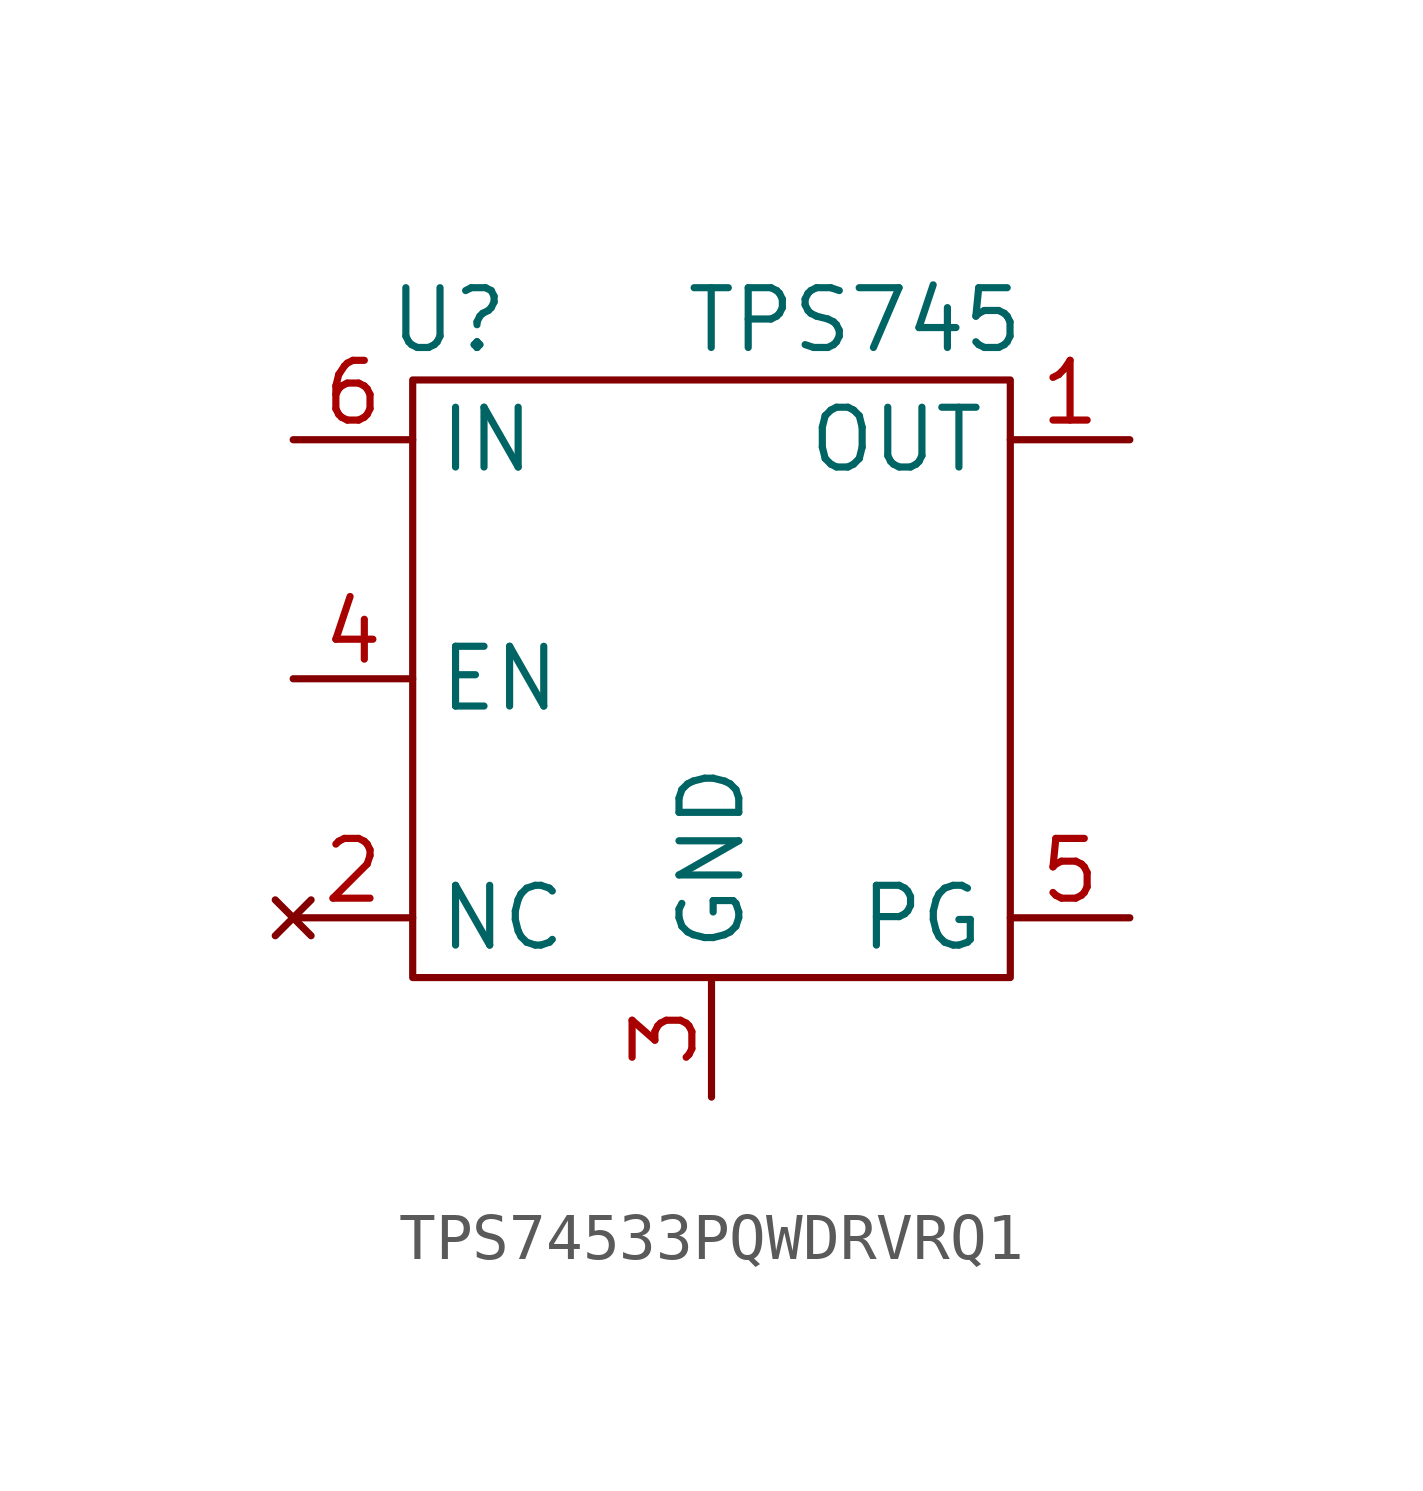
<source format=kicad_sym>
(kicad_symbol_lib
  (version 20231120)
  (generator "kicad_symbol_editor")
  (generator_version "8.0")
  (symbol "TPS74533PQWDRVRQ1"
    (property "Reference" "U"
      (at -5.588 7.62 0)
      (effects (font (size 1.27 1.27))))
    (property "Value" "TPS745"
      (at 3.048 7.62 0)
      (effects (font (size 1.27 1.27))))
    (symbol "TPS74533PQWDRVRQ1_0_0"
      (pin power_out line (at 8.89 5.08 180) (length 2.54) (name "OUT" (effects (font (size 1.27 1.27)))) (number "1" (effects (font (size 1.27 1.27)))))
      (pin no_connect line (at -8.89 -5.08 0) (length 2.54) (name "NC" (effects (font (size 1.27 1.27)))) (number "2" (effects (font (size 1.27 1.27)))))
      (pin power_in line (at 0 -8.89 90) (length 2.54) (name "GND" (effects (font (size 1.27 1.27)))) (number "3" (effects (font (size 1.27 1.27)))))
      (pin input line (at -8.89 0 0) (length 2.54) (name "EN" (effects (font (size 1.27 1.27)))) (number "4" (effects (font (size 1.27 1.27)))))
      (pin output line (at 8.89 -5.08 180) (length 2.54) (name "PG" (effects (font (size 1.27 1.27)))) (number "5" (effects (font (size 1.27 1.27)))))
      (pin power_in line (at -8.89 5.08 0) (length 2.54) (name "IN" (effects (font (size 1.27 1.27)))) (number "6" (effects (font (size 1.27 1.27))))))
    (symbol "TPS74533PQWDRVRQ1_0_1"
      (rectangle (start -6.35 6.35) (end 6.35 -6.35) (stroke (width 0) (type default)) (fill (type none))))))
</source>
